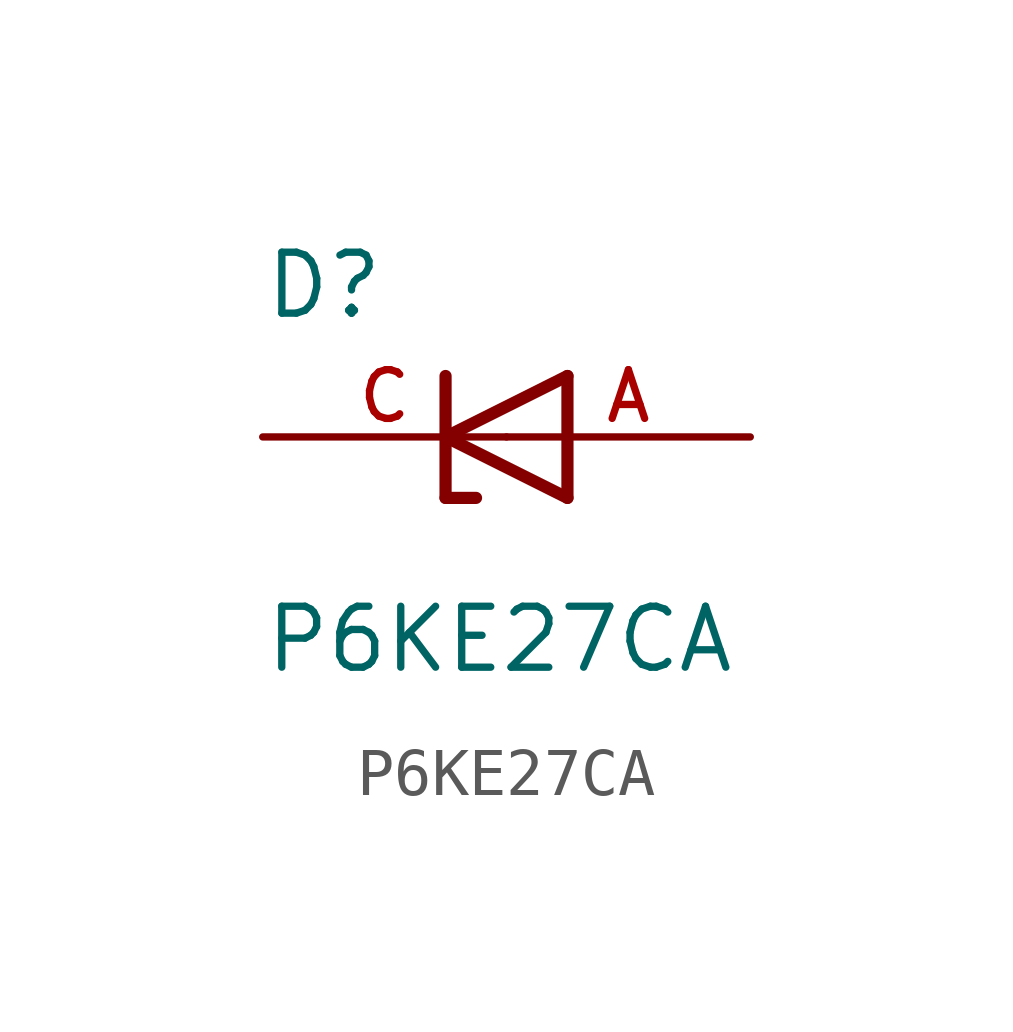
<source format=kicad_sym>
(kicad_symbol_lib
  (version 20220914)
  (generator kicad_symbol_editor)
  (symbol "P6KE27CA"
    (pin_names
      (offset 1.016))
    (property "Reference" "D"
      (at -5.083 2.416 0)
      (effects (font (size 1.27 1.27)) (justify left bottom)))
    (property "Value" "P6KE27CA"
      (at -5.085 -4.961 0)
      (effects (font (size 1.27 1.27)) (justify left bottom)))
    (symbol "P6KE27CA_0_0"
      (polyline (pts (xy -1.27 -1.27) (xy -1.27 0)) (stroke (width 0.254) (type default)) (fill (type none)))
      (polyline (pts (xy -1.27 0) (xy -1.27 1.27)) (stroke (width 0.254) (type default)) (fill (type none)))
      (polyline (pts (xy -1.27 0) (xy 1.27 -1.27)) (stroke (width 0.254) (type default)) (fill (type none)))
      (polyline (pts (xy -0.635 -1.27) (xy -1.27 -1.27)) (stroke (width 0.254) (type default)) (fill (type none)))
      (polyline (pts (xy 1.27 -1.27) (xy 1.27 1.27)) (stroke (width 0.254) (type default)) (fill (type none)))
      (polyline (pts (xy 1.27 1.27) (xy -1.27 0)) (stroke (width 0.254) (type default)) (fill (type none)))
      (pin passive line (at 5.08 0 180) (length 5.08) (name "~" (effects (font (size 1.016 1.016)))) (number "A" (effects (font (size 1.016 1.016)))))
      (pin passive line (at -5.08 0 0) (length 5.08) (name "~" (effects (font (size 1.016 1.016)))) (number "C" (effects (font (size 1.016 1.016))))))))
</source>
